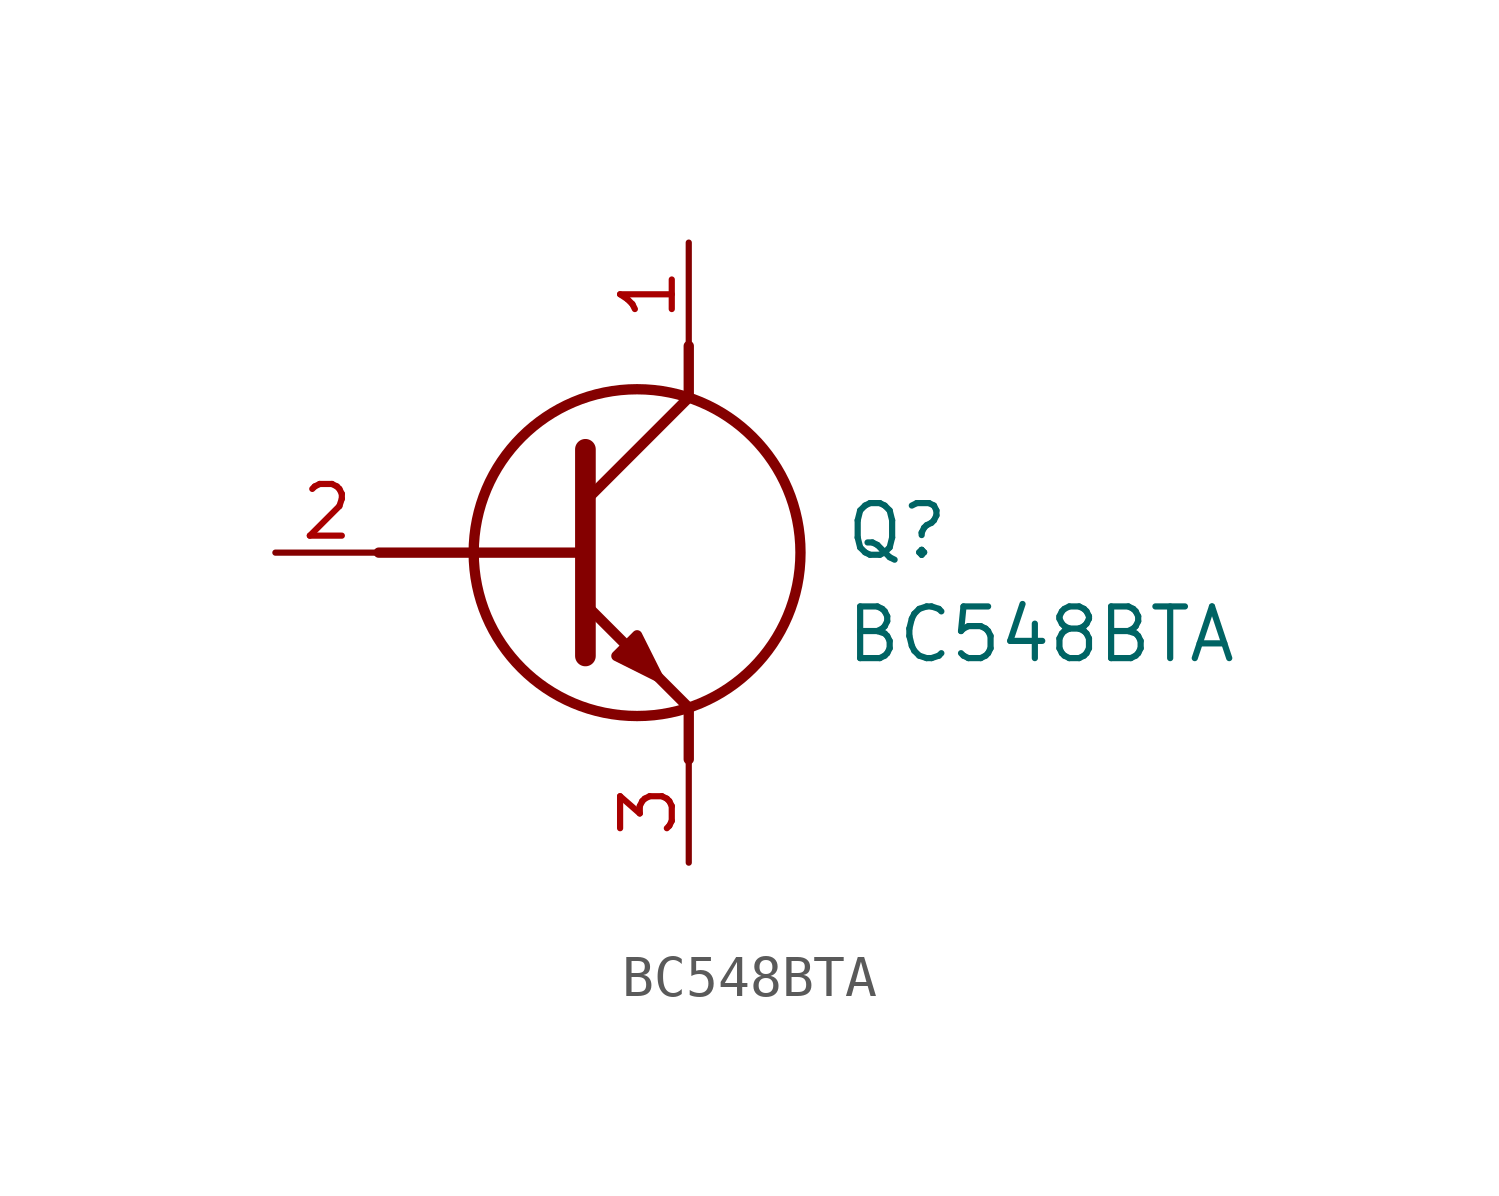
<source format=kicad_sym>
(kicad_symbol_lib
  (version 20211014)
  (generator SamacSys_ECAD_Model)
  (symbol "BC548BTA"
    (pin_names hide)
    (property "Reference" "Q"
      (at 13.97 1.27 0)
      (effects (font (size 1.27 1.27)) (justify left top)))
    (property "Value" "BC548BTA"
      (at 13.97 -1.27 0)
      (effects (font (size 1.27 1.27)) (justify left top)))
    (polyline
      (pts (xy 7.62 2.54) (xy 7.62 -2.54))
      (stroke (width 0.508) (type default))
      (fill (type none)))
    (polyline
      (pts (xy 7.62 1.27) (xy 10.16 3.81))
      (stroke (width 0.254) (type default))
      (fill (type none)))
    (polyline
      (pts (xy 7.62 -1.27) (xy 10.16 -3.81))
      (stroke (width 0.254) (type default))
      (fill (type none)))
    (polyline
      (pts (xy 10.16 -3.81) (xy 10.16 -5.08))
      (stroke (width 0.254) (type default))
      (fill (type none)))
    (polyline
      (pts (xy 10.16 3.81) (xy 10.16 5.08))
      (stroke (width 0.254) (type default))
      (fill (type none)))
    (polyline
      (pts (xy 2.54 0) (xy 7.62 0))
      (stroke (width 0.254) (type default))
      (fill (type none)))
    (circle
      (center 8.89 0)
      (radius 4.016)
      (stroke (width 0.254) (type default))
      (fill (type none)))
    (polyline
      (pts (xy 8.382 -2.54) (xy 8.89 -2.032) (xy 9.398 -3.048) (xy 8.382 -2.54))
      (stroke (width 0.254) (type default))
      (fill (type outline)))
    (pin passive line
      (at 0 0 0)
      (length 2.54)
      (name "B" (effects (font (size 1.27 1.27))))
      (number "2" (effects (font (size 1.27 1.27)))))
    (pin passive line
      (at 10.16 -7.62 90)
      (length 2.54)
      (name "E" (effects (font (size 1.27 1.27))))
      (number "3" (effects (font (size 1.27 1.27)))))
    (pin passive line
      (at 10.16 7.62 270)
      (length 2.54)
      (name "C" (effects (font (size 1.27 1.27))))
      (number "1" (effects (font (size 1.27 1.27)))))))
</source>
